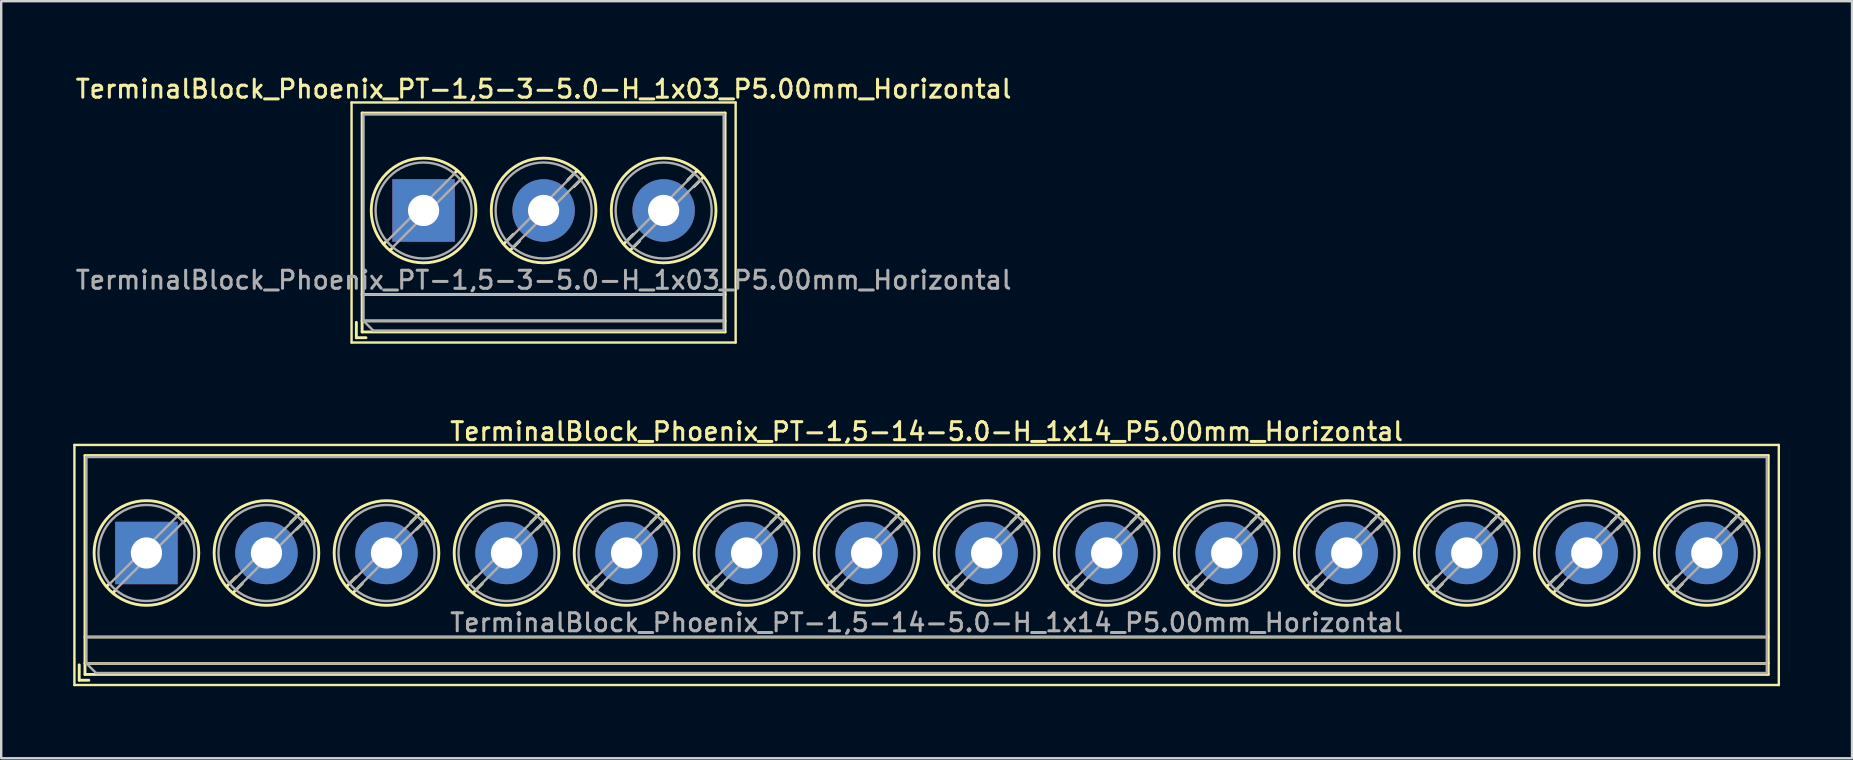
<source format=kicad_pcb>
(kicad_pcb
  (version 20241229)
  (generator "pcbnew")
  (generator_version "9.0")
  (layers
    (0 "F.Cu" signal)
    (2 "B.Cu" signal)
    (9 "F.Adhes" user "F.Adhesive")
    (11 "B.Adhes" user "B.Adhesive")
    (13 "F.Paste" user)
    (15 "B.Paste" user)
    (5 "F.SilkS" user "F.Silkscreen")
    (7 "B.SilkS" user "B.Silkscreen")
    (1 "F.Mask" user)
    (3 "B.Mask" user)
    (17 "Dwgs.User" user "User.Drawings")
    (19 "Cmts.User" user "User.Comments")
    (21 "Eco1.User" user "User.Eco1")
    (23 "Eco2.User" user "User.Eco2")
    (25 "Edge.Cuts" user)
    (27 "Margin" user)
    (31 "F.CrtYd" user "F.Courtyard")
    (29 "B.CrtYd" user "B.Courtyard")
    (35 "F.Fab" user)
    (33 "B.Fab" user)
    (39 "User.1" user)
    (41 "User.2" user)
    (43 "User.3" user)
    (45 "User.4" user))
  (footprint "TerminalBlock_Phoenix_PT-1,5-14-5.0-H_1x14_P5.00mm_Horizontal"
    (layer "F.Cu")
    (at 3.05 19.986)
    (property "Reference" "TerminalBlock_Phoenix_PT-1,5-14-5.0-H_1x14_P5.00mm_Horizontal" (at 32.5 -5.06 0) (layer "F.SilkS") (effects (font (size 0.75 0.75) (thickness 0.125))))
    (attr through_hole)
    (fp_line (start -3 -4.5) (end -3 5.5) (stroke (width 0.1) (type solid)) (layer "F.SilkS"))
    (fp_line (start -3 5.5) (end 68 5.5) (stroke (width 0.1) (type solid)) (layer "F.SilkS"))
    (fp_line (start -2.8 4.66) (end -2.8 5.3) (stroke (width 0.12) (type solid)) (layer "F.SilkS"))
    (fp_line (start -2.8 5.3) (end -2.4 5.3) (stroke (width 0.12) (type solid)) (layer "F.SilkS"))
    (fp_line (start -2.56 -4.06) (end -2.56 5.06) (stroke (width 0.12) (type solid)) (layer "F.SilkS"))
    (fp_line (start -2.56 -4.06) (end 67.56 -4.06) (stroke (width 0.12) (type solid)) (layer "F.SilkS"))
    (fp_line (start -2.56 3.5) (end 67.56 3.5) (stroke (width 0.12) (type solid)) (layer "F.SilkS"))
    (fp_line (start -2.56 4.6) (end 67.56 4.6) (stroke (width 0.12) (type solid)) (layer "F.SilkS"))
    (fp_line (start -2.56 5.06) (end 67.56 5.06) (stroke (width 0.12) (type solid)) (layer "F.SilkS"))
    (fp_line (start -1.548 1.281) (end -1.654 1.388) (stroke (width 0.12) (type solid)) (layer "F.SilkS"))
    (fp_line (start -1.282 1.547) (end -1.388 1.654) (stroke (width 0.12) (type solid)) (layer "F.SilkS"))
    (fp_line (start 1.388 -1.654) (end 1.281 -1.547) (stroke (width 0.12) (type solid)) (layer "F.SilkS"))
    (fp_line (start 1.654 -1.388) (end 1.547 -1.281) (stroke (width 0.12) (type solid)) (layer "F.SilkS"))
    (fp_line (start 3.742 0.992) (end 3.347 1.388) (stroke (width 0.12) (type solid)) (layer "F.SilkS"))
    (fp_line (start 3.993 1.274) (end 3.613 1.654) (stroke (width 0.12) (type solid)) (layer "F.SilkS"))
    (fp_line (start 6.388 -1.654) (end 6.008 -1.274) (stroke (width 0.12) (type solid)) (layer "F.SilkS"))
    (fp_line (start 6.654 -1.388) (end 6.259 -0.992) (stroke (width 0.12) (type solid)) (layer "F.SilkS"))
    (fp_line (start 8.742 0.992) (end 8.347 1.388) (stroke (width 0.12) (type solid)) (layer "F.SilkS"))
    (fp_line (start 8.993 1.274) (end 8.613 1.654) (stroke (width 0.12) (type solid)) (layer "F.SilkS"))
    (fp_line (start 11.388 -1.654) (end 11.008 -1.274) (stroke (width 0.12) (type solid)) (layer "F.SilkS"))
    (fp_line (start 11.654 -1.388) (end 11.259 -0.992) (stroke (width 0.12) (type solid)) (layer "F.SilkS"))
    (fp_line (start 13.742 0.992) (end 13.347 1.388) (stroke (width 0.12) (type solid)) (layer "F.SilkS"))
    (fp_line (start 13.993 1.274) (end 13.613 1.654) (stroke (width 0.12) (type solid)) (layer "F.SilkS"))
    (fp_line (start 16.388 -1.654) (end 16.008 -1.274) (stroke (width 0.12) (type solid)) (layer "F.SilkS"))
    (fp_line (start 16.654 -1.388) (end 16.259 -0.992) (stroke (width 0.12) (type solid)) (layer "F.SilkS"))
    (fp_line (start 18.742 0.992) (end 18.347 1.388) (stroke (width 0.12) (type solid)) (layer "F.SilkS"))
    (fp_line (start 18.993 1.274) (end 18.613 1.654) (stroke (width 0.12) (type solid)) (layer "F.SilkS"))
    (fp_line (start 21.388 -1.654) (end 21.008 -1.274) (stroke (width 0.12) (type solid)) (layer "F.SilkS"))
    (fp_line (start 21.654 -1.388) (end 21.259 -0.992) (stroke (width 0.12) (type solid)) (layer "F.SilkS"))
    (fp_line (start 23.742 0.992) (end 23.347 1.388) (stroke (width 0.12) (type solid)) (layer "F.SilkS"))
    (fp_line (start 23.993 1.274) (end 23.613 1.654) (stroke (width 0.12) (type solid)) (layer "F.SilkS"))
    (fp_line (start 26.388 -1.654) (end 26.008 -1.274) (stroke (width 0.12) (type solid)) (layer "F.SilkS"))
    (fp_line (start 26.654 -1.388) (end 26.259 -0.992) (stroke (width 0.12) (type solid)) (layer "F.SilkS"))
    (fp_line (start 28.742 0.992) (end 28.347 1.388) (stroke (width 0.12) (type solid)) (layer "F.SilkS"))
    (fp_line (start 28.993 1.274) (end 28.613 1.654) (stroke (width 0.12) (type solid)) (layer "F.SilkS"))
    (fp_line (start 31.388 -1.654) (end 31.008 -1.274) (stroke (width 0.12) (type solid)) (layer "F.SilkS"))
    (fp_line (start 31.654 -1.388) (end 31.259 -0.992) (stroke (width 0.12) (type solid)) (layer "F.SilkS"))
    (fp_line (start 33.742 0.992) (end 33.347 1.388) (stroke (width 0.12) (type solid)) (layer "F.SilkS"))
    (fp_line (start 33.993 1.274) (end 33.613 1.654) (stroke (width 0.12) (type solid)) (layer "F.SilkS"))
    (fp_line (start 36.388 -1.654) (end 36.008 -1.274) (stroke (width 0.12) (type solid)) (layer "F.SilkS"))
    (fp_line (start 36.654 -1.388) (end 36.259 -0.992) (stroke (width 0.12) (type solid)) (layer "F.SilkS"))
    (fp_line (start 38.742 0.992) (end 38.347 1.388) (stroke (width 0.12) (type solid)) (layer "F.SilkS"))
    (fp_line (start 38.993 1.274) (end 38.613 1.654) (stroke (width 0.12) (type solid)) (layer "F.SilkS"))
    (fp_line (start 41.388 -1.654) (end 41.008 -1.274) (stroke (width 0.12) (type solid)) (layer "F.SilkS"))
    (fp_line (start 41.654 -1.388) (end 41.259 -0.992) (stroke (width 0.12) (type solid)) (layer "F.SilkS"))
    (fp_line (start 43.742 0.992) (end 43.347 1.388) (stroke (width 0.12) (type solid)) (layer "F.SilkS"))
    (fp_line (start 43.993 1.274) (end 43.613 1.654) (stroke (width 0.12) (type solid)) (layer "F.SilkS"))
    (fp_line (start 46.388 -1.654) (end 46.008 -1.274) (stroke (width 0.12) (type solid)) (layer "F.SilkS"))
    (fp_line (start 46.654 -1.388) (end 46.259 -0.992) (stroke (width 0.12) (type solid)) (layer "F.SilkS"))
    (fp_line (start 48.742 0.992) (end 48.347 1.388) (stroke (width 0.12) (type solid)) (layer "F.SilkS"))
    (fp_line (start 48.993 1.274) (end 48.613 1.654) (stroke (width 0.12) (type solid)) (layer "F.SilkS"))
    (fp_line (start 51.388 -1.654) (end 51.008 -1.274) (stroke (width 0.12) (type solid)) (layer "F.SilkS"))
    (fp_line (start 51.654 -1.388) (end 51.259 -0.992) (stroke (width 0.12) (type solid)) (layer "F.SilkS"))
    (fp_line (start 53.742 0.992) (end 53.347 1.388) (stroke (width 0.12) (type solid)) (layer "F.SilkS"))
    (fp_line (start 53.993 1.274) (end 53.613 1.654) (stroke (width 0.12) (type solid)) (layer "F.SilkS"))
    (fp_line (start 56.388 -1.654) (end 56.008 -1.274) (stroke (width 0.12) (type solid)) (layer "F.SilkS"))
    (fp_line (start 56.654 -1.388) (end 56.259 -0.992) (stroke (width 0.12) (type solid)) (layer "F.SilkS"))
    (fp_line (start 58.742 0.992) (end 58.347 1.388) (stroke (width 0.12) (type solid)) (layer "F.SilkS"))
    (fp_line (start 58.993 1.274) (end 58.613 1.654) (stroke (width 0.12) (type solid)) (layer "F.SilkS"))
    (fp_line (start 61.388 -1.654) (end 61.008 -1.274) (stroke (width 0.12) (type solid)) (layer "F.SilkS"))
    (fp_line (start 61.654 -1.388) (end 61.259 -0.992) (stroke (width 0.12) (type solid)) (layer "F.SilkS"))
    (fp_line (start 63.742 0.992) (end 63.347 1.388) (stroke (width 0.12) (type solid)) (layer "F.SilkS"))
    (fp_line (start 63.993 1.274) (end 63.613 1.654) (stroke (width 0.12) (type solid)) (layer "F.SilkS"))
    (fp_line (start 66.388 -1.654) (end 66.008 -1.274) (stroke (width 0.12) (type solid)) (layer "F.SilkS"))
    (fp_line (start 66.654 -1.388) (end 66.259 -0.992) (stroke (width 0.12) (type solid)) (layer "F.SilkS"))
    (fp_line (start 67.56 -4.06) (end 67.56 5.06) (stroke (width 0.12) (type solid)) (layer "F.SilkS"))
    (fp_line (start 68 -4.5) (end -3 -4.5) (stroke (width 0.1) (type solid)) (layer "F.SilkS"))
    (fp_line (start 68 5.5) (end 68 -4.5) (stroke (width 0.1) (type solid)) (layer "F.SilkS"))
    (fp_circle (center 0 0) (end 2.18 0) (stroke (width 0.12) (type solid)) (fill no) (layer "F.SilkS"))
    (fp_circle (center 5 0) (end 7.18 0) (stroke (width 0.12) (type solid)) (fill no) (layer "F.SilkS"))
    (fp_circle (center 10 0) (end 12.18 0) (stroke (width 0.12) (type solid)) (fill no) (layer "F.SilkS"))
    (fp_circle (center 15 0) (end 17.18 0) (stroke (width 0.12) (type solid)) (fill no) (layer "F.SilkS"))
    (fp_circle (center 20 0) (end 22.18 0) (stroke (width 0.12) (type solid)) (fill no) (layer "F.SilkS"))
    (fp_circle (center 25 0) (end 27.18 0) (stroke (width 0.12) (type solid)) (fill no) (layer "F.SilkS"))
    (fp_circle (center 30 0) (end 32.18 0) (stroke (width 0.12) (type solid)) (fill no) (layer "F.SilkS"))
    (fp_circle (center 35 0) (end 37.18 0) (stroke (width 0.12) (type solid)) (fill no) (layer "F.SilkS"))
    (fp_circle (center 40 0) (end 42.18 0) (stroke (width 0.12) (type solid)) (fill no) (layer "F.SilkS"))
    (fp_circle (center 45 0) (end 47.18 0) (stroke (width 0.12) (type solid)) (fill no) (layer "F.SilkS"))
    (fp_circle (center 50 0) (end 52.18 0) (stroke (width 0.12) (type solid)) (fill no) (layer "F.SilkS"))
    (fp_circle (center 55 0) (end 57.18 0) (stroke (width 0.12) (type solid)) (fill no) (layer "F.SilkS"))
    (fp_circle (center 60 0) (end 62.18 0) (stroke (width 0.12) (type solid)) (fill no) (layer "F.SilkS"))
    (fp_circle (center 65 0) (end 67.18 0) (stroke (width 0.12) (type solid)) (fill no) (layer "F.SilkS"))
    (fp_line (start -2.5 -4) (end 67.5 -4) (stroke (width 0.1) (type solid)) (layer "F.Fab"))
    (fp_line (start -2.5 3.5) (end 67.5 3.5) (stroke (width 0.1) (type solid)) (layer "F.Fab"))
    (fp_line (start -2.5 4.6) (end -2.5 -4) (stroke (width 0.1) (type solid)) (layer "F.Fab"))
    (fp_line (start -2.5 4.6) (end 67.5 4.6) (stroke (width 0.1) (type solid)) (layer "F.Fab"))
    (fp_line (start -2.1 5) (end -2.5 4.6) (stroke (width 0.1) (type solid)) (layer "F.Fab"))
    (fp_line (start 1.273 -1.517) (end -1.517 1.273) (stroke (width 0.1) (type solid)) (layer "F.Fab"))
    (fp_line (start 1.517 -1.273) (end -1.273 1.517) (stroke (width 0.1) (type solid)) (layer "F.Fab"))
    (fp_line (start 6.273 -1.517) (end 3.484 1.273) (stroke (width 0.1) (type solid)) (layer "F.Fab"))
    (fp_line (start 6.517 -1.273) (end 3.728 1.517) (stroke (width 0.1) (type solid)) (layer "F.Fab"))
    (fp_line (start 11.273 -1.517) (end 8.484 1.273) (stroke (width 0.1) (type solid)) (layer "F.Fab"))
    (fp_line (start 11.517 -1.273) (end 8.728 1.517) (stroke (width 0.1) (type solid)) (layer "F.Fab"))
    (fp_line (start 16.273 -1.517) (end 13.484 1.273) (stroke (width 0.1) (type solid)) (layer "F.Fab"))
    (fp_line (start 16.517 -1.273) (end 13.728 1.517) (stroke (width 0.1) (type solid)) (layer "F.Fab"))
    (fp_line (start 21.273 -1.517) (end 18.484 1.273) (stroke (width 0.1) (type solid)) (layer "F.Fab"))
    (fp_line (start 21.517 -1.273) (end 18.728 1.517) (stroke (width 0.1) (type solid)) (layer "F.Fab"))
    (fp_line (start 26.273 -1.517) (end 23.484 1.273) (stroke (width 0.1) (type solid)) (layer "F.Fab"))
    (fp_line (start 26.517 -1.273) (end 23.728 1.517) (stroke (width 0.1) (type solid)) (layer "F.Fab"))
    (fp_line (start 31.273 -1.517) (end 28.484 1.273) (stroke (width 0.1) (type solid)) (layer "F.Fab"))
    (fp_line (start 31.517 -1.273) (end 28.728 1.517) (stroke (width 0.1) (type solid)) (layer "F.Fab"))
    (fp_line (start 36.273 -1.517) (end 33.484 1.273) (stroke (width 0.1) (type solid)) (layer "F.Fab"))
    (fp_line (start 36.517 -1.273) (end 33.728 1.517) (stroke (width 0.1) (type solid)) (layer "F.Fab"))
    (fp_line (start 41.273 -1.517) (end 38.484 1.273) (stroke (width 0.1) (type solid)) (layer "F.Fab"))
    (fp_line (start 41.517 -1.273) (end 38.728 1.517) (stroke (width 0.1) (type solid)) (layer "F.Fab"))
    (fp_line (start 46.273 -1.517) (end 43.484 1.273) (stroke (width 0.1) (type solid)) (layer "F.Fab"))
    (fp_line (start 46.517 -1.273) (end 43.728 1.517) (stroke (width 0.1) (type solid)) (layer "F.Fab"))
    (fp_line (start 51.273 -1.517) (end 48.484 1.273) (stroke (width 0.1) (type solid)) (layer "F.Fab"))
    (fp_line (start 51.517 -1.273) (end 48.728 1.517) (stroke (width 0.1) (type solid)) (layer "F.Fab"))
    (fp_line (start 56.273 -1.517) (end 53.484 1.273) (stroke (width 0.1) (type solid)) (layer "F.Fab"))
    (fp_line (start 56.517 -1.273) (end 53.728 1.517) (stroke (width 0.1) (type solid)) (layer "F.Fab"))
    (fp_line (start 61.273 -1.517) (end 58.484 1.273) (stroke (width 0.1) (type solid)) (layer "F.Fab"))
    (fp_line (start 61.517 -1.273) (end 58.728 1.517) (stroke (width 0.1) (type solid)) (layer "F.Fab"))
    (fp_line (start 66.273 -1.517) (end 63.484 1.273) (stroke (width 0.1) (type solid)) (layer "F.Fab"))
    (fp_line (start 66.517 -1.273) (end 63.728 1.517) (stroke (width 0.1) (type solid)) (layer "F.Fab"))
    (fp_line (start 67.5 -4) (end 67.5 5) (stroke (width 0.1) (type solid)) (layer "F.Fab"))
    (fp_line (start 67.5 5) (end -2.1 5) (stroke (width 0.1) (type solid)) (layer "F.Fab"))
    (fp_circle (center 0 0) (end 2 0) (stroke (width 0.1) (type solid)) (fill no) (layer "F.Fab"))
    (fp_circle (center 5 0) (end 7 0) (stroke (width 0.1) (type solid)) (fill no) (layer "F.Fab"))
    (fp_circle (center 10 0) (end 12 0) (stroke (width 0.1) (type solid)) (fill no) (layer "F.Fab"))
    (fp_circle (center 15 0) (end 17 0) (stroke (width 0.1) (type solid)) (fill no) (layer "F.Fab"))
    (fp_circle (center 20 0) (end 22 0) (stroke (width 0.1) (type solid)) (fill no) (layer "F.Fab"))
    (fp_circle (center 25 0) (end 27 0) (stroke (width 0.1) (type solid)) (fill no) (layer "F.Fab"))
    (fp_circle (center 30 0) (end 32 0) (stroke (width 0.1) (type solid)) (fill no) (layer "F.Fab"))
    (fp_circle (center 35 0) (end 37 0) (stroke (width 0.1) (type solid)) (fill no) (layer "F.Fab"))
    (fp_circle (center 40 0) (end 42 0) (stroke (width 0.1) (type solid)) (fill no) (layer "F.Fab"))
    (fp_circle (center 45 0) (end 47 0) (stroke (width 0.1) (type solid)) (fill no) (layer "F.Fab"))
    (fp_circle (center 50 0) (end 52 0) (stroke (width 0.1) (type solid)) (fill no) (layer "F.Fab"))
    (fp_circle (center 55 0) (end 57 0) (stroke (width 0.1) (type solid)) (fill no) (layer "F.Fab"))
    (fp_circle (center 60 0) (end 62 0) (stroke (width 0.1) (type solid)) (fill no) (layer "F.Fab"))
    (fp_circle (center 65 0) (end 67 0) (stroke (width 0.1) (type solid)) (fill no) (layer "F.Fab"))
    (fp_text user "${REFERENCE}" (at 32.5 2.9 0) (layer "F.Fab") (effects (font (size 0.75 0.75) (thickness 0.125))))
    (pad "1" thru_hole rect (at 0 0) (size 2.6 2.6) (drill 1.3) (layers "*.Cu" "*.Mask"))
    (pad "2" thru_hole circle (at 5 0) (size 2.6 2.6) (drill 1.3) (layers "*.Cu" "*.Mask"))
    (pad "3" thru_hole circle (at 10 0) (size 2.6 2.6) (drill 1.3) (layers "*.Cu" "*.Mask"))
    (pad "4" thru_hole circle (at 15 0) (size 2.6 2.6) (drill 1.3) (layers "*.Cu" "*.Mask"))
    (pad "5" thru_hole circle (at 20 0) (size 2.6 2.6) (drill 1.3) (layers "*.Cu" "*.Mask"))
    (pad "6" thru_hole circle (at 25 0) (size 2.6 2.6) (drill 1.3) (layers "*.Cu" "*.Mask"))
    (pad "7" thru_hole circle (at 30 0) (size 2.6 2.6) (drill 1.3) (layers "*.Cu" "*.Mask"))
    (pad "8" thru_hole circle (at 35 0) (size 2.6 2.6) (drill 1.3) (layers "*.Cu" "*.Mask"))
    (pad "9" thru_hole circle (at 40 0) (size 2.6 2.6) (drill 1.3) (layers "*.Cu" "*.Mask"))
    (pad "10" thru_hole circle (at 45 0) (size 2.6 2.6) (drill 1.3) (layers "*.Cu" "*.Mask"))
    (pad "11" thru_hole circle (at 50 0) (size 2.6 2.6) (drill 1.3) (layers "*.Cu" "*.Mask"))
    (pad "12" thru_hole circle (at 55 0) (size 2.6 2.6) (drill 1.3) (layers "*.Cu" "*.Mask"))
    (pad "13" thru_hole circle (at 60 0) (size 2.6 2.6) (drill 1.3) (layers "*.Cu" "*.Mask"))
    (pad "14" thru_hole circle (at 65 0) (size 2.6 2.6) (drill 1.3) (layers "*.Cu" "*.Mask")))
  (footprint "TerminalBlock_Phoenix_PT-1,5-3-5.0-H_1x03_P5.00mm_Horizontal"
    (layer "F.Cu")
    (at 14.595 5.718)
    (property "Reference" "TerminalBlock_Phoenix_PT-1,5-3-5.0-H_1x03_P5.00mm_Horizontal" (at 5 -5.06 0) (layer "F.SilkS") (effects (font (size 0.75 0.75) (thickness 0.125))))
    (attr through_hole)
    (fp_line (start -3 -4.5) (end -3 5.5) (stroke (width 0.1) (type solid)) (layer "F.SilkS"))
    (fp_line (start -3 5.5) (end 13 5.5) (stroke (width 0.1) (type solid)) (layer "F.SilkS"))
    (fp_line (start -2.8 4.66) (end -2.8 5.3) (stroke (width 0.12) (type solid)) (layer "F.SilkS"))
    (fp_line (start -2.8 5.3) (end -2.4 5.3) (stroke (width 0.12) (type solid)) (layer "F.SilkS"))
    (fp_line (start -2.56 -4.06) (end -2.56 5.06) (stroke (width 0.12) (type solid)) (layer "F.SilkS"))
    (fp_line (start -2.56 -4.06) (end 12.56 -4.06) (stroke (width 0.12) (type solid)) (layer "F.SilkS"))
    (fp_line (start -2.56 3.5) (end 12.56 3.5) (stroke (width 0.12) (type solid)) (layer "F.SilkS"))
    (fp_line (start -2.56 4.6) (end 12.56 4.6) (stroke (width 0.12) (type solid)) (layer "F.SilkS"))
    (fp_line (start -2.56 5.06) (end 12.56 5.06) (stroke (width 0.12) (type solid)) (layer "F.SilkS"))
    (fp_line (start -1.548 1.281) (end -1.654 1.388) (stroke (width 0.12) (type solid)) (layer "F.SilkS"))
    (fp_line (start -1.282 1.547) (end -1.388 1.654) (stroke (width 0.12) (type solid)) (layer "F.SilkS"))
    (fp_line (start 1.388 -1.654) (end 1.281 -1.547) (stroke (width 0.12) (type solid)) (layer "F.SilkS"))
    (fp_line (start 1.654 -1.388) (end 1.547 -1.281) (stroke (width 0.12) (type solid)) (layer "F.SilkS"))
    (fp_line (start 3.742 0.992) (end 3.347 1.388) (stroke (width 0.12) (type solid)) (layer "F.SilkS"))
    (fp_line (start 3.993 1.274) (end 3.613 1.654) (stroke (width 0.12) (type solid)) (layer "F.SilkS"))
    (fp_line (start 6.388 -1.654) (end 6.008 -1.274) (stroke (width 0.12) (type solid)) (layer "F.SilkS"))
    (fp_line (start 6.654 -1.388) (end 6.259 -0.992) (stroke (width 0.12) (type solid)) (layer "F.SilkS"))
    (fp_line (start 8.742 0.992) (end 8.347 1.388) (stroke (width 0.12) (type solid)) (layer "F.SilkS"))
    (fp_line (start 8.993 1.274) (end 8.613 1.654) (stroke (width 0.12) (type solid)) (layer "F.SilkS"))
    (fp_line (start 11.388 -1.654) (end 11.008 -1.274) (stroke (width 0.12) (type solid)) (layer "F.SilkS"))
    (fp_line (start 11.654 -1.388) (end 11.259 -0.992) (stroke (width 0.12) (type solid)) (layer "F.SilkS"))
    (fp_line (start 12.56 -4.06) (end 12.56 5.06) (stroke (width 0.12) (type solid)) (layer "F.SilkS"))
    (fp_line (start 13 -4.5) (end -3 -4.5) (stroke (width 0.1) (type solid)) (layer "F.SilkS"))
    (fp_line (start 13 5.5) (end 13 -4.5) (stroke (width 0.1) (type solid)) (layer "F.SilkS"))
    (fp_circle (center 0 0) (end 2.18 0) (stroke (width 0.12) (type solid)) (fill no) (layer "F.SilkS"))
    (fp_circle (center 5 0) (end 7.18 0) (stroke (width 0.12) (type solid)) (fill no) (layer "F.SilkS"))
    (fp_circle (center 10 0) (end 12.18 0) (stroke (width 0.12) (type solid)) (fill no) (layer "F.SilkS"))
    (fp_line (start -2.5 -4) (end 12.5 -4) (stroke (width 0.1) (type solid)) (layer "F.Fab"))
    (fp_line (start -2.5 3.5) (end 12.5 3.5) (stroke (width 0.1) (type solid)) (layer "F.Fab"))
    (fp_line (start -2.5 4.6) (end -2.5 -4) (stroke (width 0.1) (type solid)) (layer "F.Fab"))
    (fp_line (start -2.5 4.6) (end 12.5 4.6) (stroke (width 0.1) (type solid)) (layer "F.Fab"))
    (fp_line (start -2.1 5) (end -2.5 4.6) (stroke (width 0.1) (type solid)) (layer "F.Fab"))
    (fp_line (start 1.273 -1.517) (end -1.517 1.273) (stroke (width 0.1) (type solid)) (layer "F.Fab"))
    (fp_line (start 1.517 -1.273) (end -1.273 1.517) (stroke (width 0.1) (type solid)) (layer "F.Fab"))
    (fp_line (start 6.273 -1.517) (end 3.484 1.273) (stroke (width 0.1) (type solid)) (layer "F.Fab"))
    (fp_line (start 6.517 -1.273) (end 3.728 1.517) (stroke (width 0.1) (type solid)) (layer "F.Fab"))
    (fp_line (start 11.273 -1.517) (end 8.484 1.273) (stroke (width 0.1) (type solid)) (layer "F.Fab"))
    (fp_line (start 11.517 -1.273) (end 8.728 1.517) (stroke (width 0.1) (type solid)) (layer "F.Fab"))
    (fp_line (start 12.5 -4) (end 12.5 5) (stroke (width 0.1) (type solid)) (layer "F.Fab"))
    (fp_line (start 12.5 5) (end -2.1 5) (stroke (width 0.1) (type solid)) (layer "F.Fab"))
    (fp_circle (center 0 0) (end 2 0) (stroke (width 0.1) (type solid)) (fill no) (layer "F.Fab"))
    (fp_circle (center 5 0) (end 7 0) (stroke (width 0.1) (type solid)) (fill no) (layer "F.Fab"))
    (fp_circle (center 10 0) (end 12 0) (stroke (width 0.1) (type solid)) (fill no) (layer "F.Fab"))
    (fp_text user "${REFERENCE}" (at 5 2.9 0) (layer "F.Fab") (effects (font (size 0.75 0.75) (thickness 0.125))))
    (pad "1" thru_hole rect (at 0 0) (size 2.6 2.6) (drill 1.3) (layers "*.Cu" "*.Mask"))
    (pad "2" thru_hole circle (at 5 0) (size 2.6 2.6) (drill 1.3) (layers "*.Cu" "*.Mask"))
    (pad "3" thru_hole circle (at 10 0) (size 2.6 2.6) (drill 1.3) (layers "*.Cu" "*.Mask")))
  (gr_rect
    (start -3 -3)
    (end 74.1 28.536)
    (stroke (width 0.1) (type default))
    (fill no)
    (layer "Edge.Cuts")))
</source>
